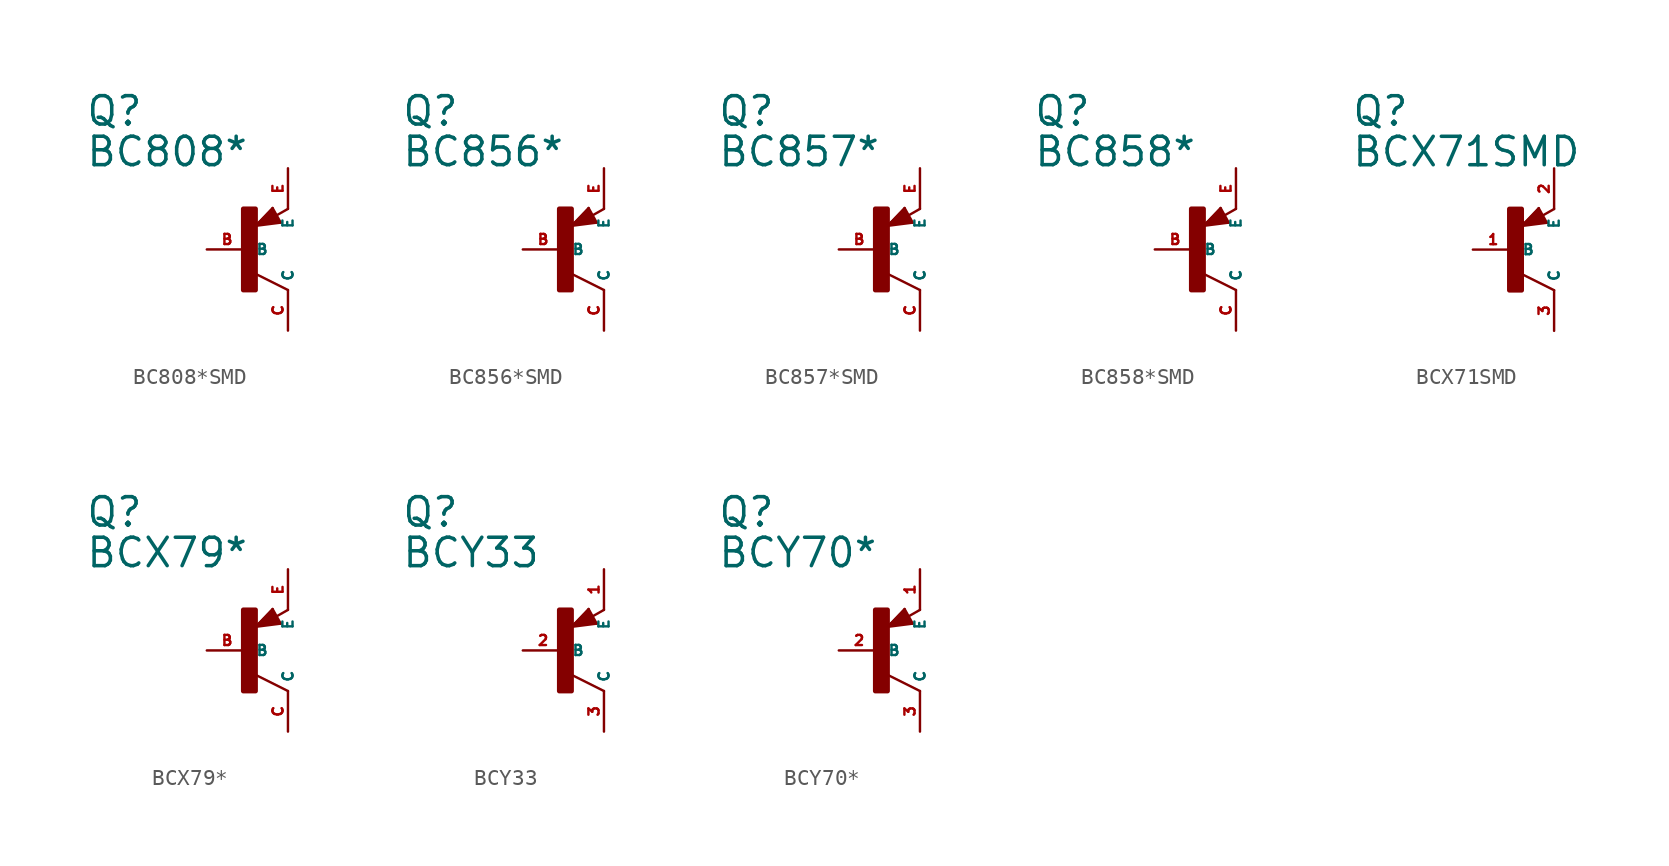
<source format=kicad_sym>
(kicad_symbol_lib
  (version 20220914)
  (generator Eagle2Kicad)
  (symbol "BC808*SMD"
    (property "Reference" "Q"
      (at -10.16 7.62 0)
      (effects (font (size 1.778 1.778) (thickness 0.22)) (justify left bottom)))
    (property "Value" "BC808*"
      (at -10.16 5.08 0)
      (effects (font (size 1.778 1.778) (thickness 0.22)) (justify left bottom)))
    (polyline
      (pts (xy 2.086 1.678) (xy 1.578 2.594))
      (stroke (width 0.152) (type default))
      (fill (type none)))
    (polyline
      (pts (xy 1.578 2.594) (xy 0.516 1.478))
      (stroke (width 0.152) (type default))
      (fill (type none)))
    (polyline
      (pts (xy 0.516 1.478) (xy 2.086 1.678))
      (stroke (width 0.152) (type default))
      (fill (type none)))
    (polyline
      (pts (xy 2.54 2.54) (xy 1.808 2.124))
      (stroke (width 0.152) (type default))
      (fill (type none)))
    (polyline
      (pts (xy 2.54 -2.54) (xy 0.508 -1.524))
      (stroke (width 0.152) (type default))
      (fill (type none)))
    (polyline
      (pts (xy 1.905 1.778) (xy 1.524 2.413))
      (stroke (width 0.254) (type default))
      (fill (type none)))
    (polyline
      (pts (xy 1.524 2.413) (xy 0.762 1.651))
      (stroke (width 0.254) (type default))
      (fill (type none)))
    (polyline
      (pts (xy 0.762 1.651) (xy 1.778 1.778))
      (stroke (width 0.254) (type default))
      (fill (type none)))
    (polyline
      (pts (xy 1.778 1.778) (xy 1.524 2.159))
      (stroke (width 0.254) (type default))
      (fill (type none)))
    (polyline
      (pts (xy 1.524 2.159) (xy 1.143 1.905))
      (stroke (width 0.254) (type default))
      (fill (type none)))
    (polyline
      (pts (xy 1.143 1.905) (xy 1.524 1.905))
      (stroke (width 0.254) (type default))
      (fill (type none)))
    (rectangle
      (start -0.254 -2.54)
      (end 0.508 2.54)
      (stroke (width 0.3) (type default))
      (fill (type outline)))
    (pin passive line
      (at -2.54 0 0)
      (length 2.54)
      (name "B" (effects (font (size 0.635 0.635) (thickness 0.08)) (justify left bottom)))
      (number "B" (effects (font (size 0.635 0.635) (thickness 0.08)) (justify left bottom))))
    (pin passive line
      (at 2.54 5.08 270)
      (length 2.54)
      (name "E" (effects (font (size 0.635 0.635) (thickness 0.08)) (justify left bottom)))
      (number "E" (effects (font (size 0.635 0.635) (thickness 0.08)) (justify left bottom))))
    (pin passive line
      (at 2.54 -5.08 90)
      (length 2.54)
      (name "C" (effects (font (size 0.635 0.635) (thickness 0.08)) (justify left bottom)))
      (number "C" (effects (font (size 0.635 0.635) (thickness 0.08)) (justify left bottom)))))
  (symbol "BC856*SMD"
    (property "Reference" "Q"
      (at -10.16 7.62 0)
      (effects (font (size 1.778 1.778) (thickness 0.22)) (justify left bottom)))
    (property "Value" "BC856*"
      (at -10.16 5.08 0)
      (effects (font (size 1.778 1.778) (thickness 0.22)) (justify left bottom)))
    (polyline
      (pts (xy 2.086 1.678) (xy 1.578 2.594))
      (stroke (width 0.152) (type default))
      (fill (type none)))
    (polyline
      (pts (xy 1.578 2.594) (xy 0.516 1.478))
      (stroke (width 0.152) (type default))
      (fill (type none)))
    (polyline
      (pts (xy 0.516 1.478) (xy 2.086 1.678))
      (stroke (width 0.152) (type default))
      (fill (type none)))
    (polyline
      (pts (xy 2.54 2.54) (xy 1.808 2.124))
      (stroke (width 0.152) (type default))
      (fill (type none)))
    (polyline
      (pts (xy 2.54 -2.54) (xy 0.508 -1.524))
      (stroke (width 0.152) (type default))
      (fill (type none)))
    (polyline
      (pts (xy 1.905 1.778) (xy 1.524 2.413))
      (stroke (width 0.254) (type default))
      (fill (type none)))
    (polyline
      (pts (xy 1.524 2.413) (xy 0.762 1.651))
      (stroke (width 0.254) (type default))
      (fill (type none)))
    (polyline
      (pts (xy 0.762 1.651) (xy 1.778 1.778))
      (stroke (width 0.254) (type default))
      (fill (type none)))
    (polyline
      (pts (xy 1.778 1.778) (xy 1.524 2.159))
      (stroke (width 0.254) (type default))
      (fill (type none)))
    (polyline
      (pts (xy 1.524 2.159) (xy 1.143 1.905))
      (stroke (width 0.254) (type default))
      (fill (type none)))
    (polyline
      (pts (xy 1.143 1.905) (xy 1.524 1.905))
      (stroke (width 0.254) (type default))
      (fill (type none)))
    (rectangle
      (start -0.254 -2.54)
      (end 0.508 2.54)
      (stroke (width 0.3) (type default))
      (fill (type outline)))
    (pin passive line
      (at -2.54 0 0)
      (length 2.54)
      (name "B" (effects (font (size 0.635 0.635) (thickness 0.08)) (justify left bottom)))
      (number "B" (effects (font (size 0.635 0.635) (thickness 0.08)) (justify left bottom))))
    (pin passive line
      (at 2.54 5.08 270)
      (length 2.54)
      (name "E" (effects (font (size 0.635 0.635) (thickness 0.08)) (justify left bottom)))
      (number "E" (effects (font (size 0.635 0.635) (thickness 0.08)) (justify left bottom))))
    (pin passive line
      (at 2.54 -5.08 90)
      (length 2.54)
      (name "C" (effects (font (size 0.635 0.635) (thickness 0.08)) (justify left bottom)))
      (number "C" (effects (font (size 0.635 0.635) (thickness 0.08)) (justify left bottom)))))
  (symbol "BC857*SMD"
    (property "Reference" "Q"
      (at -10.16 7.62 0)
      (effects (font (size 1.778 1.778) (thickness 0.22)) (justify left bottom)))
    (property "Value" "BC857*"
      (at -10.16 5.08 0)
      (effects (font (size 1.778 1.778) (thickness 0.22)) (justify left bottom)))
    (polyline
      (pts (xy 2.086 1.678) (xy 1.578 2.594))
      (stroke (width 0.152) (type default))
      (fill (type none)))
    (polyline
      (pts (xy 1.578 2.594) (xy 0.516 1.478))
      (stroke (width 0.152) (type default))
      (fill (type none)))
    (polyline
      (pts (xy 0.516 1.478) (xy 2.086 1.678))
      (stroke (width 0.152) (type default))
      (fill (type none)))
    (polyline
      (pts (xy 2.54 2.54) (xy 1.808 2.124))
      (stroke (width 0.152) (type default))
      (fill (type none)))
    (polyline
      (pts (xy 2.54 -2.54) (xy 0.508 -1.524))
      (stroke (width 0.152) (type default))
      (fill (type none)))
    (polyline
      (pts (xy 1.905 1.778) (xy 1.524 2.413))
      (stroke (width 0.254) (type default))
      (fill (type none)))
    (polyline
      (pts (xy 1.524 2.413) (xy 0.762 1.651))
      (stroke (width 0.254) (type default))
      (fill (type none)))
    (polyline
      (pts (xy 0.762 1.651) (xy 1.778 1.778))
      (stroke (width 0.254) (type default))
      (fill (type none)))
    (polyline
      (pts (xy 1.778 1.778) (xy 1.524 2.159))
      (stroke (width 0.254) (type default))
      (fill (type none)))
    (polyline
      (pts (xy 1.524 2.159) (xy 1.143 1.905))
      (stroke (width 0.254) (type default))
      (fill (type none)))
    (polyline
      (pts (xy 1.143 1.905) (xy 1.524 1.905))
      (stroke (width 0.254) (type default))
      (fill (type none)))
    (rectangle
      (start -0.254 -2.54)
      (end 0.508 2.54)
      (stroke (width 0.3) (type default))
      (fill (type outline)))
    (pin passive line
      (at -2.54 0 0)
      (length 2.54)
      (name "B" (effects (font (size 0.635 0.635) (thickness 0.08)) (justify left bottom)))
      (number "B" (effects (font (size 0.635 0.635) (thickness 0.08)) (justify left bottom))))
    (pin passive line
      (at 2.54 5.08 270)
      (length 2.54)
      (name "E" (effects (font (size 0.635 0.635) (thickness 0.08)) (justify left bottom)))
      (number "E" (effects (font (size 0.635 0.635) (thickness 0.08)) (justify left bottom))))
    (pin passive line
      (at 2.54 -5.08 90)
      (length 2.54)
      (name "C" (effects (font (size 0.635 0.635) (thickness 0.08)) (justify left bottom)))
      (number "C" (effects (font (size 0.635 0.635) (thickness 0.08)) (justify left bottom)))))
  (symbol "BC858*SMD"
    (property "Reference" "Q"
      (at -10.16 7.62 0)
      (effects (font (size 1.778 1.778) (thickness 0.22)) (justify left bottom)))
    (property "Value" "BC858*"
      (at -10.16 5.08 0)
      (effects (font (size 1.778 1.778) (thickness 0.22)) (justify left bottom)))
    (polyline
      (pts (xy 2.086 1.678) (xy 1.578 2.594))
      (stroke (width 0.152) (type default))
      (fill (type none)))
    (polyline
      (pts (xy 1.578 2.594) (xy 0.516 1.478))
      (stroke (width 0.152) (type default))
      (fill (type none)))
    (polyline
      (pts (xy 0.516 1.478) (xy 2.086 1.678))
      (stroke (width 0.152) (type default))
      (fill (type none)))
    (polyline
      (pts (xy 2.54 2.54) (xy 1.808 2.124))
      (stroke (width 0.152) (type default))
      (fill (type none)))
    (polyline
      (pts (xy 2.54 -2.54) (xy 0.508 -1.524))
      (stroke (width 0.152) (type default))
      (fill (type none)))
    (polyline
      (pts (xy 1.905 1.778) (xy 1.524 2.413))
      (stroke (width 0.254) (type default))
      (fill (type none)))
    (polyline
      (pts (xy 1.524 2.413) (xy 0.762 1.651))
      (stroke (width 0.254) (type default))
      (fill (type none)))
    (polyline
      (pts (xy 0.762 1.651) (xy 1.778 1.778))
      (stroke (width 0.254) (type default))
      (fill (type none)))
    (polyline
      (pts (xy 1.778 1.778) (xy 1.524 2.159))
      (stroke (width 0.254) (type default))
      (fill (type none)))
    (polyline
      (pts (xy 1.524 2.159) (xy 1.143 1.905))
      (stroke (width 0.254) (type default))
      (fill (type none)))
    (polyline
      (pts (xy 1.143 1.905) (xy 1.524 1.905))
      (stroke (width 0.254) (type default))
      (fill (type none)))
    (rectangle
      (start -0.254 -2.54)
      (end 0.508 2.54)
      (stroke (width 0.3) (type default))
      (fill (type outline)))
    (pin passive line
      (at -2.54 0 0)
      (length 2.54)
      (name "B" (effects (font (size 0.635 0.635) (thickness 0.08)) (justify left bottom)))
      (number "B" (effects (font (size 0.635 0.635) (thickness 0.08)) (justify left bottom))))
    (pin passive line
      (at 2.54 5.08 270)
      (length 2.54)
      (name "E" (effects (font (size 0.635 0.635) (thickness 0.08)) (justify left bottom)))
      (number "E" (effects (font (size 0.635 0.635) (thickness 0.08)) (justify left bottom))))
    (pin passive line
      (at 2.54 -5.08 90)
      (length 2.54)
      (name "C" (effects (font (size 0.635 0.635) (thickness 0.08)) (justify left bottom)))
      (number "C" (effects (font (size 0.635 0.635) (thickness 0.08)) (justify left bottom)))))
  (symbol "BCX71SMD"
    (property "Reference" "Q"
      (at -10.16 7.62 0)
      (effects (font (size 1.778 1.778) (thickness 0.22)) (justify left bottom)))
    (property "Value" "BCX71SMD"
      (at -10.16 5.08 0)
      (effects (font (size 1.778 1.778) (thickness 0.22)) (justify left bottom)))
    (polyline
      (pts (xy 2.086 1.678) (xy 1.578 2.594))
      (stroke (width 0.152) (type default))
      (fill (type none)))
    (polyline
      (pts (xy 1.578 2.594) (xy 0.516 1.478))
      (stroke (width 0.152) (type default))
      (fill (type none)))
    (polyline
      (pts (xy 0.516 1.478) (xy 2.086 1.678))
      (stroke (width 0.152) (type default))
      (fill (type none)))
    (polyline
      (pts (xy 2.54 2.54) (xy 1.808 2.124))
      (stroke (width 0.152) (type default))
      (fill (type none)))
    (polyline
      (pts (xy 2.54 -2.54) (xy 0.508 -1.524))
      (stroke (width 0.152) (type default))
      (fill (type none)))
    (polyline
      (pts (xy 1.905 1.778) (xy 1.524 2.413))
      (stroke (width 0.254) (type default))
      (fill (type none)))
    (polyline
      (pts (xy 1.524 2.413) (xy 0.762 1.651))
      (stroke (width 0.254) (type default))
      (fill (type none)))
    (polyline
      (pts (xy 0.762 1.651) (xy 1.778 1.778))
      (stroke (width 0.254) (type default))
      (fill (type none)))
    (polyline
      (pts (xy 1.778 1.778) (xy 1.524 2.159))
      (stroke (width 0.254) (type default))
      (fill (type none)))
    (polyline
      (pts (xy 1.524 2.159) (xy 1.143 1.905))
      (stroke (width 0.254) (type default))
      (fill (type none)))
    (polyline
      (pts (xy 1.143 1.905) (xy 1.524 1.905))
      (stroke (width 0.254) (type default))
      (fill (type none)))
    (rectangle
      (start -0.254 -2.54)
      (end 0.508 2.54)
      (stroke (width 0.3) (type default))
      (fill (type outline)))
    (pin passive line
      (at -2.54 0 0)
      (length 2.54)
      (name "B" (effects (font (size 0.635 0.635) (thickness 0.08)) (justify left bottom)))
      (number "1" (effects (font (size 0.635 0.635) (thickness 0.08)) (justify left bottom))))
    (pin passive line
      (at 2.54 5.08 270)
      (length 2.54)
      (name "E" (effects (font (size 0.635 0.635) (thickness 0.08)) (justify left bottom)))
      (number "2" (effects (font (size 0.635 0.635) (thickness 0.08)) (justify left bottom))))
    (pin passive line
      (at 2.54 -5.08 90)
      (length 2.54)
      (name "C" (effects (font (size 0.635 0.635) (thickness 0.08)) (justify left bottom)))
      (number "3" (effects (font (size 0.635 0.635) (thickness 0.08)) (justify left bottom)))))
  (symbol "BCX79*"
    (property "Reference" "Q"
      (at -10.16 7.62 0)
      (effects (font (size 1.778 1.778) (thickness 0.22)) (justify left bottom)))
    (property "Value" "BCX79*"
      (at -10.16 5.08 0)
      (effects (font (size 1.778 1.778) (thickness 0.22)) (justify left bottom)))
    (polyline
      (pts (xy 2.086 1.678) (xy 1.578 2.594))
      (stroke (width 0.152) (type default))
      (fill (type none)))
    (polyline
      (pts (xy 1.578 2.594) (xy 0.516 1.478))
      (stroke (width 0.152) (type default))
      (fill (type none)))
    (polyline
      (pts (xy 0.516 1.478) (xy 2.086 1.678))
      (stroke (width 0.152) (type default))
      (fill (type none)))
    (polyline
      (pts (xy 2.54 2.54) (xy 1.808 2.124))
      (stroke (width 0.152) (type default))
      (fill (type none)))
    (polyline
      (pts (xy 2.54 -2.54) (xy 0.508 -1.524))
      (stroke (width 0.152) (type default))
      (fill (type none)))
    (polyline
      (pts (xy 1.905 1.778) (xy 1.524 2.413))
      (stroke (width 0.254) (type default))
      (fill (type none)))
    (polyline
      (pts (xy 1.524 2.413) (xy 0.762 1.651))
      (stroke (width 0.254) (type default))
      (fill (type none)))
    (polyline
      (pts (xy 0.762 1.651) (xy 1.778 1.778))
      (stroke (width 0.254) (type default))
      (fill (type none)))
    (polyline
      (pts (xy 1.778 1.778) (xy 1.524 2.159))
      (stroke (width 0.254) (type default))
      (fill (type none)))
    (polyline
      (pts (xy 1.524 2.159) (xy 1.143 1.905))
      (stroke (width 0.254) (type default))
      (fill (type none)))
    (polyline
      (pts (xy 1.143 1.905) (xy 1.524 1.905))
      (stroke (width 0.254) (type default))
      (fill (type none)))
    (rectangle
      (start -0.254 -2.54)
      (end 0.508 2.54)
      (stroke (width 0.3) (type default))
      (fill (type outline)))
    (pin passive line
      (at -2.54 0 0)
      (length 2.54)
      (name "B" (effects (font (size 0.635 0.635) (thickness 0.08)) (justify left bottom)))
      (number "B" (effects (font (size 0.635 0.635) (thickness 0.08)) (justify left bottom))))
    (pin passive line
      (at 2.54 5.08 270)
      (length 2.54)
      (name "E" (effects (font (size 0.635 0.635) (thickness 0.08)) (justify left bottom)))
      (number "E" (effects (font (size 0.635 0.635) (thickness 0.08)) (justify left bottom))))
    (pin passive line
      (at 2.54 -5.08 90)
      (length 2.54)
      (name "C" (effects (font (size 0.635 0.635) (thickness 0.08)) (justify left bottom)))
      (number "C" (effects (font (size 0.635 0.635) (thickness 0.08)) (justify left bottom)))))
  (symbol "BCY33"
    (property "Reference" "Q"
      (at -10.16 7.62 0)
      (effects (font (size 1.778 1.778) (thickness 0.22)) (justify left bottom)))
    (property "Value" "BCY33"
      (at -10.16 5.08 0)
      (effects (font (size 1.778 1.778) (thickness 0.22)) (justify left bottom)))
    (polyline
      (pts (xy 2.086 1.678) (xy 1.578 2.594))
      (stroke (width 0.152) (type default))
      (fill (type none)))
    (polyline
      (pts (xy 1.578 2.594) (xy 0.516 1.478))
      (stroke (width 0.152) (type default))
      (fill (type none)))
    (polyline
      (pts (xy 0.516 1.478) (xy 2.086 1.678))
      (stroke (width 0.152) (type default))
      (fill (type none)))
    (polyline
      (pts (xy 2.54 2.54) (xy 1.808 2.124))
      (stroke (width 0.152) (type default))
      (fill (type none)))
    (polyline
      (pts (xy 2.54 -2.54) (xy 0.508 -1.524))
      (stroke (width 0.152) (type default))
      (fill (type none)))
    (polyline
      (pts (xy 1.905 1.778) (xy 1.524 2.413))
      (stroke (width 0.254) (type default))
      (fill (type none)))
    (polyline
      (pts (xy 1.524 2.413) (xy 0.762 1.651))
      (stroke (width 0.254) (type default))
      (fill (type none)))
    (polyline
      (pts (xy 0.762 1.651) (xy 1.778 1.778))
      (stroke (width 0.254) (type default))
      (fill (type none)))
    (polyline
      (pts (xy 1.778 1.778) (xy 1.524 2.159))
      (stroke (width 0.254) (type default))
      (fill (type none)))
    (polyline
      (pts (xy 1.524 2.159) (xy 1.143 1.905))
      (stroke (width 0.254) (type default))
      (fill (type none)))
    (polyline
      (pts (xy 1.143 1.905) (xy 1.524 1.905))
      (stroke (width 0.254) (type default))
      (fill (type none)))
    (rectangle
      (start -0.254 -2.54)
      (end 0.508 2.54)
      (stroke (width 0.3) (type default))
      (fill (type outline)))
    (pin passive line
      (at -2.54 0 0)
      (length 2.54)
      (name "B" (effects (font (size 0.635 0.635) (thickness 0.08)) (justify left bottom)))
      (number "2" (effects (font (size 0.635 0.635) (thickness 0.08)) (justify left bottom))))
    (pin passive line
      (at 2.54 5.08 270)
      (length 2.54)
      (name "E" (effects (font (size 0.635 0.635) (thickness 0.08)) (justify left bottom)))
      (number "1" (effects (font (size 0.635 0.635) (thickness 0.08)) (justify left bottom))))
    (pin passive line
      (at 2.54 -5.08 90)
      (length 2.54)
      (name "C" (effects (font (size 0.635 0.635) (thickness 0.08)) (justify left bottom)))
      (number "3" (effects (font (size 0.635 0.635) (thickness 0.08)) (justify left bottom)))))
  (symbol "BCY70*"
    (property "Reference" "Q"
      (at -10.16 7.62 0)
      (effects (font (size 1.778 1.778) (thickness 0.22)) (justify left bottom)))
    (property "Value" "BCY70*"
      (at -10.16 5.08 0)
      (effects (font (size 1.778 1.778) (thickness 0.22)) (justify left bottom)))
    (polyline
      (pts (xy 2.086 1.678) (xy 1.578 2.594))
      (stroke (width 0.152) (type default))
      (fill (type none)))
    (polyline
      (pts (xy 1.578 2.594) (xy 0.516 1.478))
      (stroke (width 0.152) (type default))
      (fill (type none)))
    (polyline
      (pts (xy 0.516 1.478) (xy 2.086 1.678))
      (stroke (width 0.152) (type default))
      (fill (type none)))
    (polyline
      (pts (xy 2.54 2.54) (xy 1.808 2.124))
      (stroke (width 0.152) (type default))
      (fill (type none)))
    (polyline
      (pts (xy 2.54 -2.54) (xy 0.508 -1.524))
      (stroke (width 0.152) (type default))
      (fill (type none)))
    (polyline
      (pts (xy 1.905 1.778) (xy 1.524 2.413))
      (stroke (width 0.254) (type default))
      (fill (type none)))
    (polyline
      (pts (xy 1.524 2.413) (xy 0.762 1.651))
      (stroke (width 0.254) (type default))
      (fill (type none)))
    (polyline
      (pts (xy 0.762 1.651) (xy 1.778 1.778))
      (stroke (width 0.254) (type default))
      (fill (type none)))
    (polyline
      (pts (xy 1.778 1.778) (xy 1.524 2.159))
      (stroke (width 0.254) (type default))
      (fill (type none)))
    (polyline
      (pts (xy 1.524 2.159) (xy 1.143 1.905))
      (stroke (width 0.254) (type default))
      (fill (type none)))
    (polyline
      (pts (xy 1.143 1.905) (xy 1.524 1.905))
      (stroke (width 0.254) (type default))
      (fill (type none)))
    (rectangle
      (start -0.254 -2.54)
      (end 0.508 2.54)
      (stroke (width 0.3) (type default))
      (fill (type outline)))
    (pin passive line
      (at -2.54 0 0)
      (length 2.54)
      (name "B" (effects (font (size 0.635 0.635) (thickness 0.08)) (justify left bottom)))
      (number "2" (effects (font (size 0.635 0.635) (thickness 0.08)) (justify left bottom))))
    (pin passive line
      (at 2.54 5.08 270)
      (length 2.54)
      (name "E" (effects (font (size 0.635 0.635) (thickness 0.08)) (justify left bottom)))
      (number "1" (effects (font (size 0.635 0.635) (thickness 0.08)) (justify left bottom))))
    (pin passive line
      (at 2.54 -5.08 90)
      (length 2.54)
      (name "C" (effects (font (size 0.635 0.635) (thickness 0.08)) (justify left bottom)))
      (number "3" (effects (font (size 0.635 0.635) (thickness 0.08)) (justify left bottom))))))
</source>
